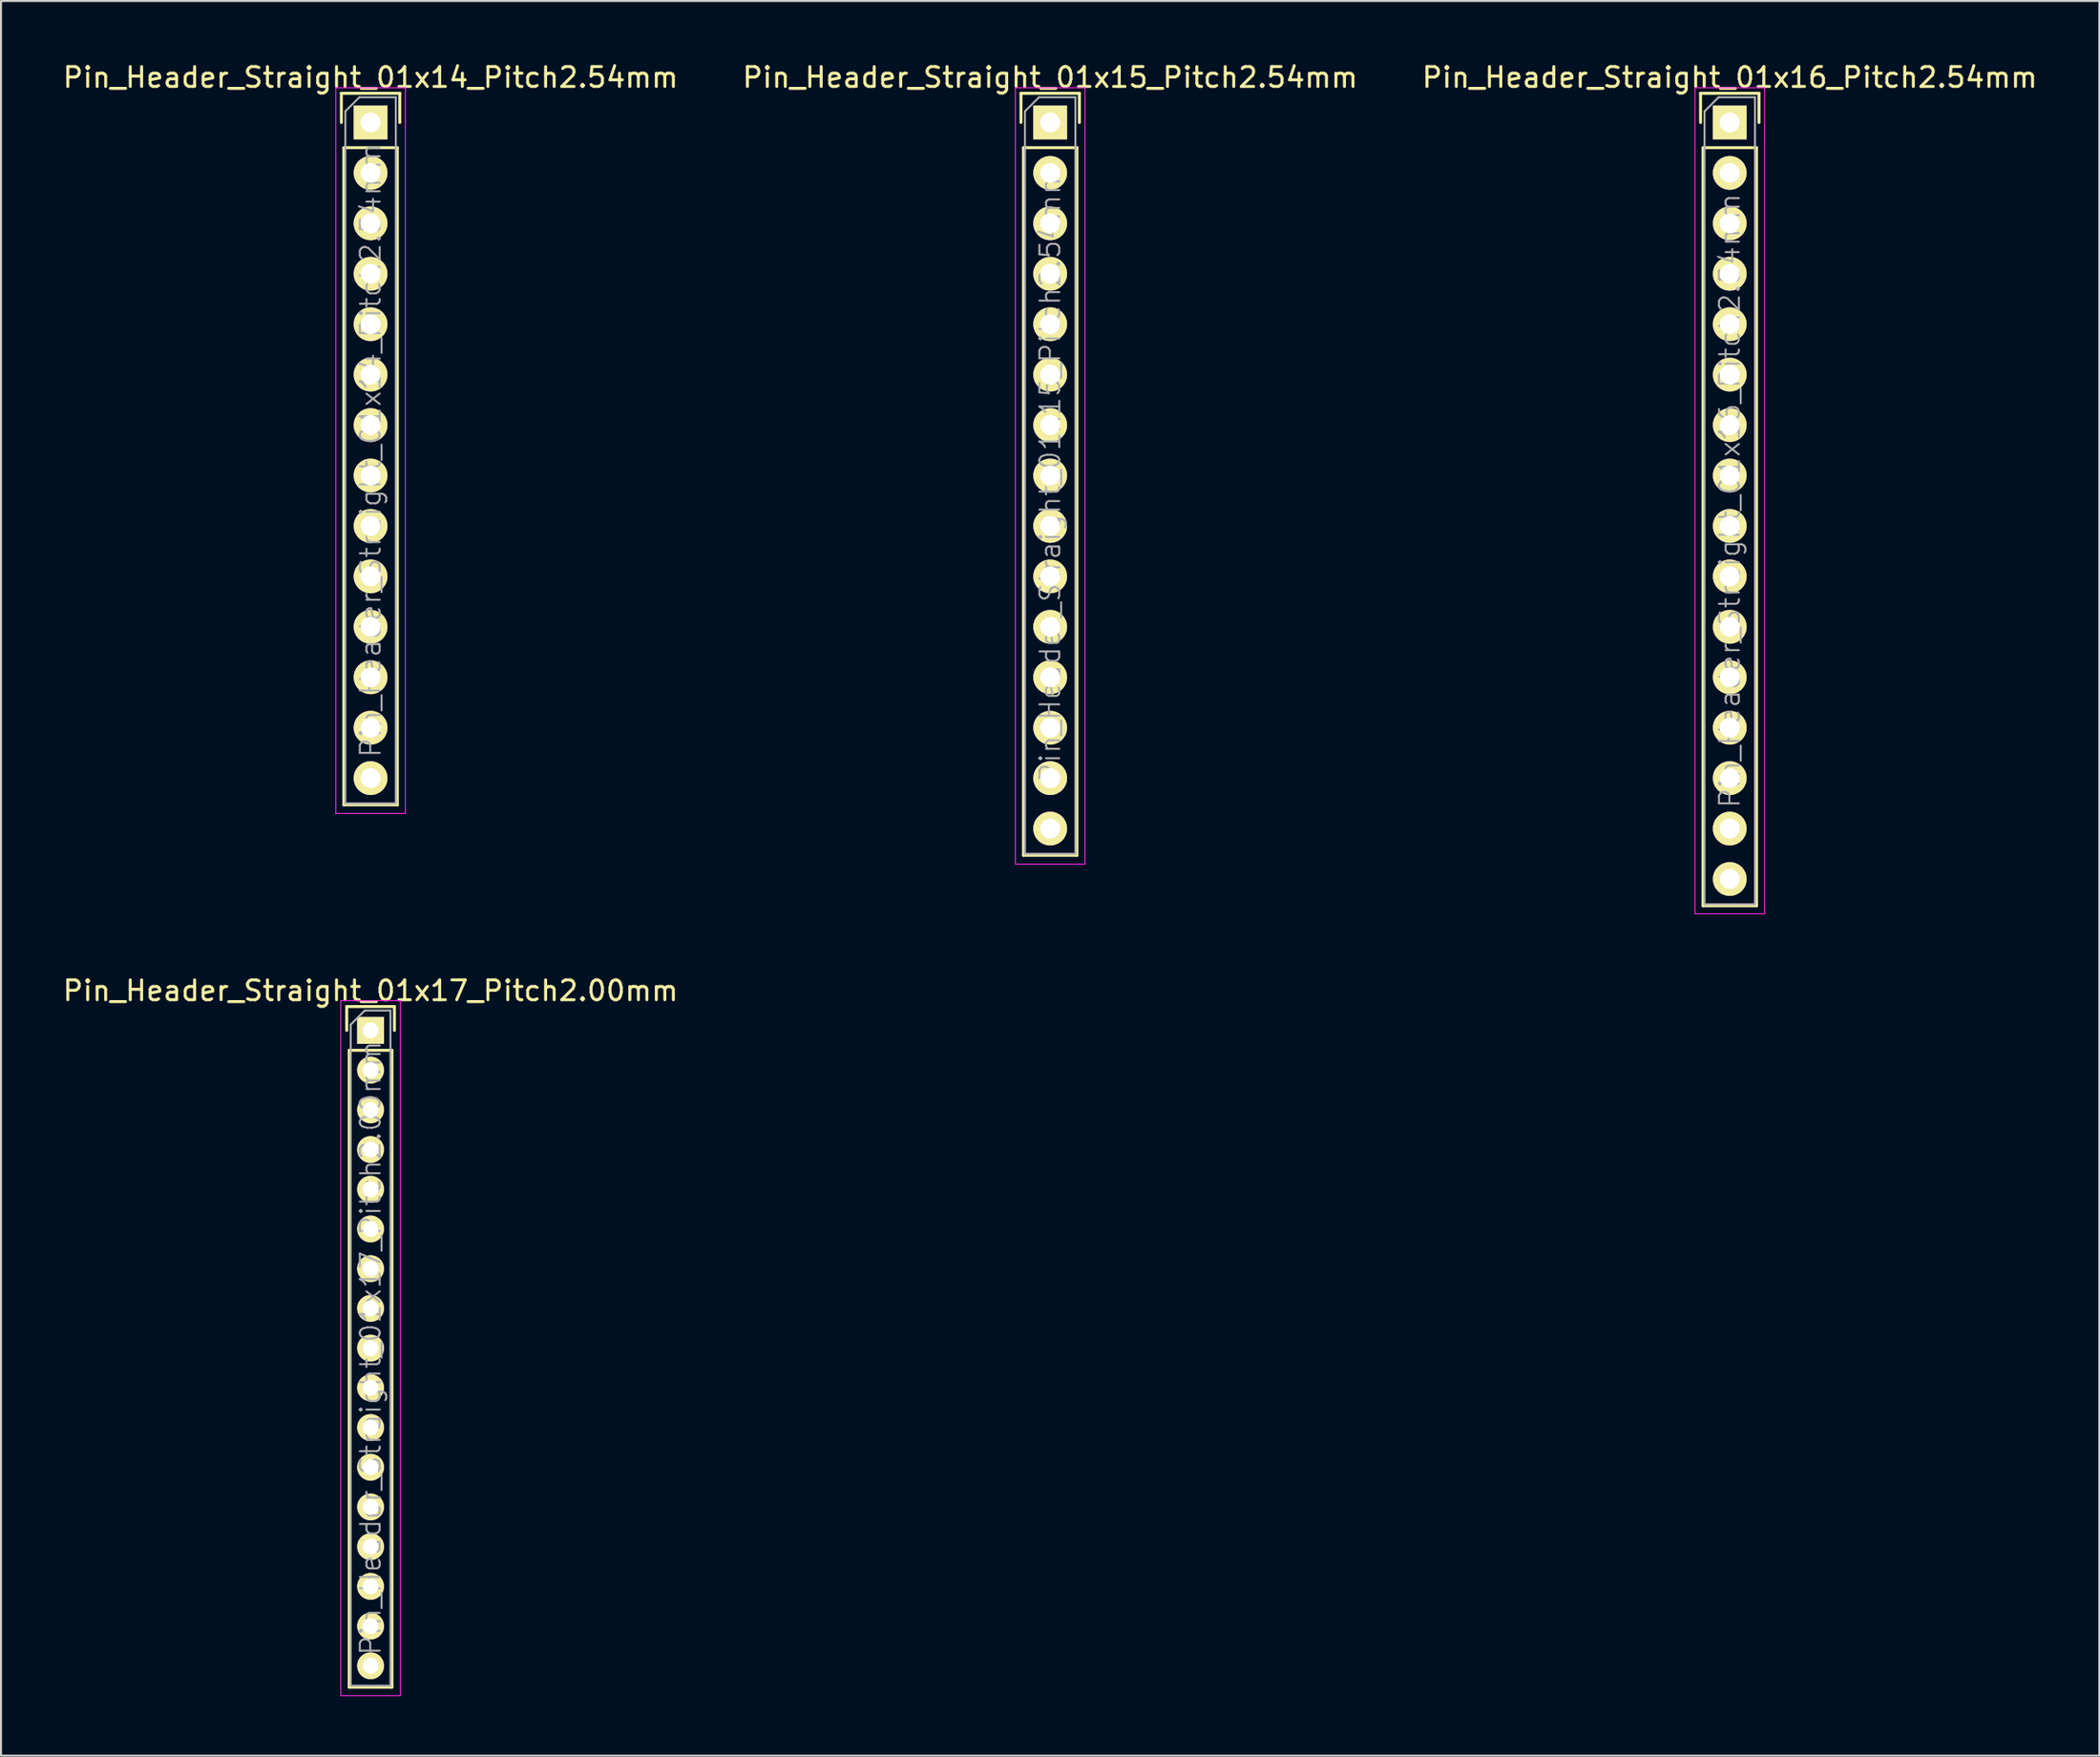
<source format=kicad_pcb>
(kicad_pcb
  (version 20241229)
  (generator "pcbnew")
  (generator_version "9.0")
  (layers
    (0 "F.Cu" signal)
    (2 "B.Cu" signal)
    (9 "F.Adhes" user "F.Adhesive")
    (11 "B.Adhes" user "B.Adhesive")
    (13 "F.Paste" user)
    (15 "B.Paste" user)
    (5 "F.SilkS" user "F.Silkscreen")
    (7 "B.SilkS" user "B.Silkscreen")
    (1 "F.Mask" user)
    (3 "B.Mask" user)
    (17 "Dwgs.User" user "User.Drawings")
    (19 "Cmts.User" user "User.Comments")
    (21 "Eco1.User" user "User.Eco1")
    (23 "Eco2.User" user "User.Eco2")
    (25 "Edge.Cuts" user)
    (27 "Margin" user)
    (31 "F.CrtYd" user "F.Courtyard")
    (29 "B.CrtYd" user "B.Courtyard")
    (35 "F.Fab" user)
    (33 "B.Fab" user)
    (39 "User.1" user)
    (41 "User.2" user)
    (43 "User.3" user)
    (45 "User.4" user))
  (footprint "Pin_Header_Straight_01x16_Pitch2.54mm"
    (layer "F.Cu")
    (at 84.006 3.118)
    (property "Reference" "Pin_Header_Straight_01x16_Pitch2.54mm" (at 0 -2.27 0) (layer "F.SilkS") (effects (font (size 1 1) (thickness 0.15))))
    (attr smd)
    (fp_line (start -1.47 -1.47) (end -1.47 0) (stroke (width 0.15) (type solid)) (layer "F.SilkS"))
    (fp_line (start -1.47 -1.47) (end 1.47 -1.47) (stroke (width 0.15) (type solid)) (layer "F.SilkS"))
    (fp_line (start -1.345 1.27) (end -1.345 39.445) (stroke (width 0.15) (type solid)) (layer "F.SilkS"))
    (fp_line (start -1.345 1.27) (end 1.345 1.27) (stroke (width 0.15) (type solid)) (layer "F.SilkS"))
    (fp_line (start -1.345 39.445) (end 1.345 39.445) (stroke (width 0.15) (type solid)) (layer "F.SilkS"))
    (fp_line (start 1.345 1.27) (end 1.345 39.445) (stroke (width 0.15) (type solid)) (layer "F.SilkS"))
    (fp_line (start 1.47 -1.47) (end 1.47 0) (stroke (width 0.15) (type solid)) (layer "F.SilkS"))
    (fp_line (start -1.75 -1.75) (end -1.75 39.85) (stroke (width 0.05) (type solid)) (layer "F.CrtYd"))
    (fp_line (start 1.75 -1.75) (end -1.75 -1.75) (stroke (width 0.05) (type solid)) (layer "F.CrtYd"))
    (fp_line (start 1.75 -1.75) (end 1.75 39.85) (stroke (width 0.05) (type solid)) (layer "F.CrtYd"))
    (fp_line (start 1.75 39.85) (end -1.75 39.85) (stroke (width 0.05) (type solid)) (layer "F.CrtYd"))
    (fp_line (start -1.27 -0.563) (end -0.563 -1.27) (stroke (width 0.1) (type solid)) (layer "F.Fab"))
    (fp_line (start -1.27 39.37) (end -1.27 -0.563) (stroke (width 0.1) (type solid)) (layer "F.Fab"))
    (fp_line (start 1.27 -1.27) (end -0.563 -1.27) (stroke (width 0.1) (type solid)) (layer "F.Fab"))
    (fp_line (start 1.27 39.37) (end -1.27 39.37) (stroke (width 0.1) (type solid)) (layer "F.Fab"))
    (fp_line (start 1.27 39.37) (end 1.27 -1.27) (stroke (width 0.1) (type solid)) (layer "F.Fab"))
    (fp_text user "${REFERENCE}" (at 0 19.05 90) (layer "F.Fab") (effects (font (size 1 1) (thickness 0.1))))
    (pad "1" thru_hole rect (at 0 0) (size 1.7 1.7) (drill 1) (layers "*.Cu" "*.Mask" "F.SilkS"))
    (pad "2" thru_hole oval (at 0 2.54) (size 1.7 1.7) (drill 1) (layers "*.Cu" "*.Mask" "F.SilkS"))
    (pad "3" thru_hole oval (at 0 5.08) (size 1.7 1.7) (drill 1) (layers "*.Cu" "*.Mask" "F.SilkS"))
    (pad "4" thru_hole oval (at 0 7.62) (size 1.7 1.7) (drill 1) (layers "*.Cu" "*.Mask" "F.SilkS"))
    (pad "5" thru_hole oval (at 0 10.16) (size 1.7 1.7) (drill 1) (layers "*.Cu" "*.Mask" "F.SilkS"))
    (pad "6" thru_hole oval (at 0 12.7) (size 1.7 1.7) (drill 1) (layers "*.Cu" "*.Mask" "F.SilkS"))
    (pad "7" thru_hole oval (at 0 15.24) (size 1.7 1.7) (drill 1) (layers "*.Cu" "*.Mask" "F.SilkS"))
    (pad "8" thru_hole oval (at 0 17.78) (size 1.7 1.7) (drill 1) (layers "*.Cu" "*.Mask" "F.SilkS"))
    (pad "9" thru_hole oval (at 0 20.32) (size 1.7 1.7) (drill 1) (layers "*.Cu" "*.Mask" "F.SilkS"))
    (pad "10" thru_hole oval (at 0 22.86) (size 1.7 1.7) (drill 1) (layers "*.Cu" "*.Mask" "F.SilkS"))
    (pad "11" thru_hole oval (at 0 25.4) (size 1.7 1.7) (drill 1) (layers "*.Cu" "*.Mask" "F.SilkS"))
    (pad "12" thru_hole oval (at 0 27.94) (size 1.7 1.7) (drill 1) (layers "*.Cu" "*.Mask" "F.SilkS"))
    (pad "13" thru_hole oval (at 0 30.48) (size 1.7 1.7) (drill 1) (layers "*.Cu" "*.Mask" "F.SilkS"))
    (pad "14" thru_hole oval (at 0 33.02) (size 1.7 1.7) (drill 1) (layers "*.Cu" "*.Mask" "F.SilkS"))
    (pad "15" thru_hole oval (at 0 35.56) (size 1.7 1.7) (drill 1) (layers "*.Cu" "*.Mask" "F.SilkS"))
    (pad "16" thru_hole oval (at 0 38.1) (size 1.7 1.7) (drill 1) (layers "*.Cu" "*.Mask" "F.SilkS")))
  (footprint "Pin_Header_Straight_01x17_Pitch2.00mm"
    (layer "F.Cu")
    (at 15.601 48.842)
    (property "Reference" "Pin_Header_Straight_01x17_Pitch2.00mm" (at 0 -2 0) (layer "F.SilkS") (effects (font (size 1 1) (thickness 0.15))))
    (attr smd)
    (fp_line (start -1.2 -1.2) (end -1.2 0) (stroke (width 0.15) (type solid)) (layer "F.SilkS"))
    (fp_line (start -1.2 -1.2) (end 1.2 -1.2) (stroke (width 0.15) (type solid)) (layer "F.SilkS"))
    (fp_line (start -1.075 1) (end -1.075 33.075) (stroke (width 0.15) (type solid)) (layer "F.SilkS"))
    (fp_line (start -1.075 1) (end 1.075 1) (stroke (width 0.15) (type solid)) (layer "F.SilkS"))
    (fp_line (start -1.075 33.075) (end 1.075 33.075) (stroke (width 0.15) (type solid)) (layer "F.SilkS"))
    (fp_line (start 1.075 1) (end 1.075 33.075) (stroke (width 0.15) (type solid)) (layer "F.SilkS"))
    (fp_line (start 1.2 -1.2) (end 1.2 0) (stroke (width 0.15) (type solid)) (layer "F.SilkS"))
    (fp_line (start -1.5 -1.5) (end -1.5 33.5) (stroke (width 0.05) (type solid)) (layer "F.CrtYd"))
    (fp_line (start 1.5 -1.5) (end -1.5 -1.5) (stroke (width 0.05) (type solid)) (layer "F.CrtYd"))
    (fp_line (start 1.5 -1.5) (end 1.5 33.5) (stroke (width 0.05) (type solid)) (layer "F.CrtYd"))
    (fp_line (start 1.5 33.5) (end -1.5 33.5) (stroke (width 0.05) (type solid)) (layer "F.CrtYd"))
    (fp_line (start -1 -0.293) (end -0.293 -1) (stroke (width 0.1) (type solid)) (layer "F.Fab"))
    (fp_line (start -1 33) (end -1 -0.293) (stroke (width 0.1) (type solid)) (layer "F.Fab"))
    (fp_line (start 1 -1) (end -0.293 -1) (stroke (width 0.1) (type solid)) (layer "F.Fab"))
    (fp_line (start 1 33) (end -1 33) (stroke (width 0.1) (type solid)) (layer "F.Fab"))
    (fp_line (start 1 33) (end 1 -1) (stroke (width 0.1) (type solid)) (layer "F.Fab"))
    (fp_text user "${REFERENCE}" (at 0 16 90) (layer "F.Fab") (effects (font (size 1 1) (thickness 0.1))))
    (pad "1" thru_hole rect (at 0 0) (size 1.35 1.35) (drill 0.8) (layers "*.Cu" "*.Mask" "F.SilkS"))
    (pad "2" thru_hole oval (at 0 2) (size 1.35 1.35) (drill 0.8) (layers "*.Cu" "*.Mask" "F.SilkS"))
    (pad "3" thru_hole oval (at 0 4) (size 1.35 1.35) (drill 0.8) (layers "*.Cu" "*.Mask" "F.SilkS"))
    (pad "4" thru_hole oval (at 0 6) (size 1.35 1.35) (drill 0.8) (layers "*.Cu" "*.Mask" "F.SilkS"))
    (pad "5" thru_hole oval (at 0 8) (size 1.35 1.35) (drill 0.8) (layers "*.Cu" "*.Mask" "F.SilkS"))
    (pad "6" thru_hole oval (at 0 10) (size 1.35 1.35) (drill 0.8) (layers "*.Cu" "*.Mask" "F.SilkS"))
    (pad "7" thru_hole oval (at 0 12) (size 1.35 1.35) (drill 0.8) (layers "*.Cu" "*.Mask" "F.SilkS"))
    (pad "8" thru_hole oval (at 0 14) (size 1.35 1.35) (drill 0.8) (layers "*.Cu" "*.Mask" "F.SilkS"))
    (pad "9" thru_hole oval (at 0 16) (size 1.35 1.35) (drill 0.8) (layers "*.Cu" "*.Mask" "F.SilkS"))
    (pad "10" thru_hole oval (at 0 18) (size 1.35 1.35) (drill 0.8) (layers "*.Cu" "*.Mask" "F.SilkS"))
    (pad "11" thru_hole oval (at 0 20) (size 1.35 1.35) (drill 0.8) (layers "*.Cu" "*.Mask" "F.SilkS"))
    (pad "12" thru_hole oval (at 0 22) (size 1.35 1.35) (drill 0.8) (layers "*.Cu" "*.Mask" "F.SilkS"))
    (pad "13" thru_hole oval (at 0 24) (size 1.35 1.35) (drill 0.8) (layers "*.Cu" "*.Mask" "F.SilkS"))
    (pad "14" thru_hole oval (at 0 26) (size 1.35 1.35) (drill 0.8) (layers "*.Cu" "*.Mask" "F.SilkS"))
    (pad "15" thru_hole oval (at 0 28) (size 1.35 1.35) (drill 0.8) (layers "*.Cu" "*.Mask" "F.SilkS"))
    (pad "16" thru_hole oval (at 0 30) (size 1.35 1.35) (drill 0.8) (layers "*.Cu" "*.Mask" "F.SilkS"))
    (pad "17" thru_hole oval (at 0 32) (size 1.35 1.35) (drill 0.8) (layers "*.Cu" "*.Mask" "F.SilkS")))
  (footprint "Pin_Header_Straight_01x15_Pitch2.54mm"
    (layer "F.Cu")
    (at 49.804 3.118)
    (property "Reference" "Pin_Header_Straight_01x15_Pitch2.54mm" (at 0 -2.27 0) (layer "F.SilkS") (effects (font (size 1 1) (thickness 0.15))))
    (attr smd)
    (fp_line (start -1.47 -1.47) (end -1.47 0) (stroke (width 0.15) (type solid)) (layer "F.SilkS"))
    (fp_line (start -1.47 -1.47) (end 1.47 -1.47) (stroke (width 0.15) (type solid)) (layer "F.SilkS"))
    (fp_line (start -1.345 1.27) (end -1.345 36.905) (stroke (width 0.15) (type solid)) (layer "F.SilkS"))
    (fp_line (start -1.345 1.27) (end 1.345 1.27) (stroke (width 0.15) (type solid)) (layer "F.SilkS"))
    (fp_line (start -1.345 36.905) (end 1.345 36.905) (stroke (width 0.15) (type solid)) (layer "F.SilkS"))
    (fp_line (start 1.345 1.27) (end 1.345 36.905) (stroke (width 0.15) (type solid)) (layer "F.SilkS"))
    (fp_line (start 1.47 -1.47) (end 1.47 0) (stroke (width 0.15) (type solid)) (layer "F.SilkS"))
    (fp_line (start -1.75 -1.75) (end -1.75 37.35) (stroke (width 0.05) (type solid)) (layer "F.CrtYd"))
    (fp_line (start 1.75 -1.75) (end -1.75 -1.75) (stroke (width 0.05) (type solid)) (layer "F.CrtYd"))
    (fp_line (start 1.75 -1.75) (end 1.75 37.35) (stroke (width 0.05) (type solid)) (layer "F.CrtYd"))
    (fp_line (start 1.75 37.35) (end -1.75 37.35) (stroke (width 0.05) (type solid)) (layer "F.CrtYd"))
    (fp_line (start -1.27 -0.563) (end -0.563 -1.27) (stroke (width 0.1) (type solid)) (layer "F.Fab"))
    (fp_line (start -1.27 36.83) (end -1.27 -0.563) (stroke (width 0.1) (type solid)) (layer "F.Fab"))
    (fp_line (start 1.27 -1.27) (end -0.563 -1.27) (stroke (width 0.1) (type solid)) (layer "F.Fab"))
    (fp_line (start 1.27 36.83) (end -1.27 36.83) (stroke (width 0.1) (type solid)) (layer "F.Fab"))
    (fp_line (start 1.27 36.83) (end 1.27 -1.27) (stroke (width 0.1) (type solid)) (layer "F.Fab"))
    (fp_text user "${REFERENCE}" (at 0 17.78 90) (layer "F.Fab") (effects (font (size 1 1) (thickness 0.1))))
    (pad "1" thru_hole rect (at 0 0) (size 1.7 1.7) (drill 1) (layers "*.Cu" "*.Mask" "F.SilkS"))
    (pad "2" thru_hole oval (at 0 2.54) (size 1.7 1.7) (drill 1) (layers "*.Cu" "*.Mask" "F.SilkS"))
    (pad "3" thru_hole oval (at 0 5.08) (size 1.7 1.7) (drill 1) (layers "*.Cu" "*.Mask" "F.SilkS"))
    (pad "4" thru_hole oval (at 0 7.62) (size 1.7 1.7) (drill 1) (layers "*.Cu" "*.Mask" "F.SilkS"))
    (pad "5" thru_hole oval (at 0 10.16) (size 1.7 1.7) (drill 1) (layers "*.Cu" "*.Mask" "F.SilkS"))
    (pad "6" thru_hole oval (at 0 12.7) (size 1.7 1.7) (drill 1) (layers "*.Cu" "*.Mask" "F.SilkS"))
    (pad "7" thru_hole oval (at 0 15.24) (size 1.7 1.7) (drill 1) (layers "*.Cu" "*.Mask" "F.SilkS"))
    (pad "8" thru_hole oval (at 0 17.78) (size 1.7 1.7) (drill 1) (layers "*.Cu" "*.Mask" "F.SilkS"))
    (pad "9" thru_hole oval (at 0 20.32) (size 1.7 1.7) (drill 1) (layers "*.Cu" "*.Mask" "F.SilkS"))
    (pad "10" thru_hole oval (at 0 22.86) (size 1.7 1.7) (drill 1) (layers "*.Cu" "*.Mask" "F.SilkS"))
    (pad "11" thru_hole oval (at 0 25.4) (size 1.7 1.7) (drill 1) (layers "*.Cu" "*.Mask" "F.SilkS"))
    (pad "12" thru_hole oval (at 0 27.94) (size 1.7 1.7) (drill 1) (layers "*.Cu" "*.Mask" "F.SilkS"))
    (pad "13" thru_hole oval (at 0 30.48) (size 1.7 1.7) (drill 1) (layers "*.Cu" "*.Mask" "F.SilkS"))
    (pad "14" thru_hole oval (at 0 33.02) (size 1.7 1.7) (drill 1) (layers "*.Cu" "*.Mask" "F.SilkS"))
    (pad "15" thru_hole oval (at 0 35.56) (size 1.7 1.7) (drill 1) (layers "*.Cu" "*.Mask" "F.SilkS")))
  (footprint "Pin_Header_Straight_01x14_Pitch2.54mm"
    (layer "F.Cu")
    (at 15.601 3.118)
    (property "Reference" "Pin_Header_Straight_01x14_Pitch2.54mm" (at 0 -2.27 0) (layer "F.SilkS") (effects (font (size 1 1) (thickness 0.15))))
    (attr smd)
    (fp_line (start -1.47 -1.47) (end -1.47 0) (stroke (width 0.15) (type solid)) (layer "F.SilkS"))
    (fp_line (start -1.47 -1.47) (end 1.47 -1.47) (stroke (width 0.15) (type solid)) (layer "F.SilkS"))
    (fp_line (start -1.345 1.27) (end -1.345 34.365) (stroke (width 0.15) (type solid)) (layer "F.SilkS"))
    (fp_line (start -1.345 1.27) (end 1.345 1.27) (stroke (width 0.15) (type solid)) (layer "F.SilkS"))
    (fp_line (start -1.345 34.365) (end 1.345 34.365) (stroke (width 0.15) (type solid)) (layer "F.SilkS"))
    (fp_line (start 1.345 1.27) (end 1.345 34.365) (stroke (width 0.15) (type solid)) (layer "F.SilkS"))
    (fp_line (start 1.47 -1.47) (end 1.47 0) (stroke (width 0.15) (type solid)) (layer "F.SilkS"))
    (fp_line (start -1.75 -1.75) (end -1.75 34.8) (stroke (width 0.05) (type solid)) (layer "F.CrtYd"))
    (fp_line (start 1.75 -1.75) (end -1.75 -1.75) (stroke (width 0.05) (type solid)) (layer "F.CrtYd"))
    (fp_line (start 1.75 -1.75) (end 1.75 34.8) (stroke (width 0.05) (type solid)) (layer "F.CrtYd"))
    (fp_line (start 1.75 34.8) (end -1.75 34.8) (stroke (width 0.05) (type solid)) (layer "F.CrtYd"))
    (fp_line (start -1.27 -0.563) (end -0.563 -1.27) (stroke (width 0.1) (type solid)) (layer "F.Fab"))
    (fp_line (start -1.27 34.29) (end -1.27 -0.563) (stroke (width 0.1) (type solid)) (layer "F.Fab"))
    (fp_line (start 1.27 -1.27) (end -0.563 -1.27) (stroke (width 0.1) (type solid)) (layer "F.Fab"))
    (fp_line (start 1.27 34.29) (end -1.27 34.29) (stroke (width 0.1) (type solid)) (layer "F.Fab"))
    (fp_line (start 1.27 34.29) (end 1.27 -1.27) (stroke (width 0.1) (type solid)) (layer "F.Fab"))
    (fp_text user "${REFERENCE}" (at 0 16.51 90) (layer "F.Fab") (effects (font (size 1 1) (thickness 0.1))))
    (pad "1" thru_hole rect (at 0 0) (size 1.7 1.7) (drill 1) (layers "*.Cu" "*.Mask" "F.SilkS"))
    (pad "2" thru_hole oval (at 0 2.54) (size 1.7 1.7) (drill 1) (layers "*.Cu" "*.Mask" "F.SilkS"))
    (pad "3" thru_hole oval (at 0 5.08) (size 1.7 1.7) (drill 1) (layers "*.Cu" "*.Mask" "F.SilkS"))
    (pad "4" thru_hole oval (at 0 7.62) (size 1.7 1.7) (drill 1) (layers "*.Cu" "*.Mask" "F.SilkS"))
    (pad "5" thru_hole oval (at 0 10.16) (size 1.7 1.7) (drill 1) (layers "*.Cu" "*.Mask" "F.SilkS"))
    (pad "6" thru_hole oval (at 0 12.7) (size 1.7 1.7) (drill 1) (layers "*.Cu" "*.Mask" "F.SilkS"))
    (pad "7" thru_hole oval (at 0 15.24) (size 1.7 1.7) (drill 1) (layers "*.Cu" "*.Mask" "F.SilkS"))
    (pad "8" thru_hole oval (at 0 17.78) (size 1.7 1.7) (drill 1) (layers "*.Cu" "*.Mask" "F.SilkS"))
    (pad "9" thru_hole oval (at 0 20.32) (size 1.7 1.7) (drill 1) (layers "*.Cu" "*.Mask" "F.SilkS"))
    (pad "10" thru_hole oval (at 0 22.86) (size 1.7 1.7) (drill 1) (layers "*.Cu" "*.Mask" "F.SilkS"))
    (pad "11" thru_hole oval (at 0 25.4) (size 1.7 1.7) (drill 1) (layers "*.Cu" "*.Mask" "F.SilkS"))
    (pad "12" thru_hole oval (at 0 27.94) (size 1.7 1.7) (drill 1) (layers "*.Cu" "*.Mask" "F.SilkS"))
    (pad "13" thru_hole oval (at 0 30.48) (size 1.7 1.7) (drill 1) (layers "*.Cu" "*.Mask" "F.SilkS"))
    (pad "14" thru_hole oval (at 0 33.02) (size 1.7 1.7) (drill 1) (layers "*.Cu" "*.Mask" "F.SilkS")))
  (gr_rect
    (start -3 -3)
    (end 102.607 85.367)
    (stroke (width 0.1) (type default))
    (fill no)
    (layer "Edge.Cuts")))
</source>
